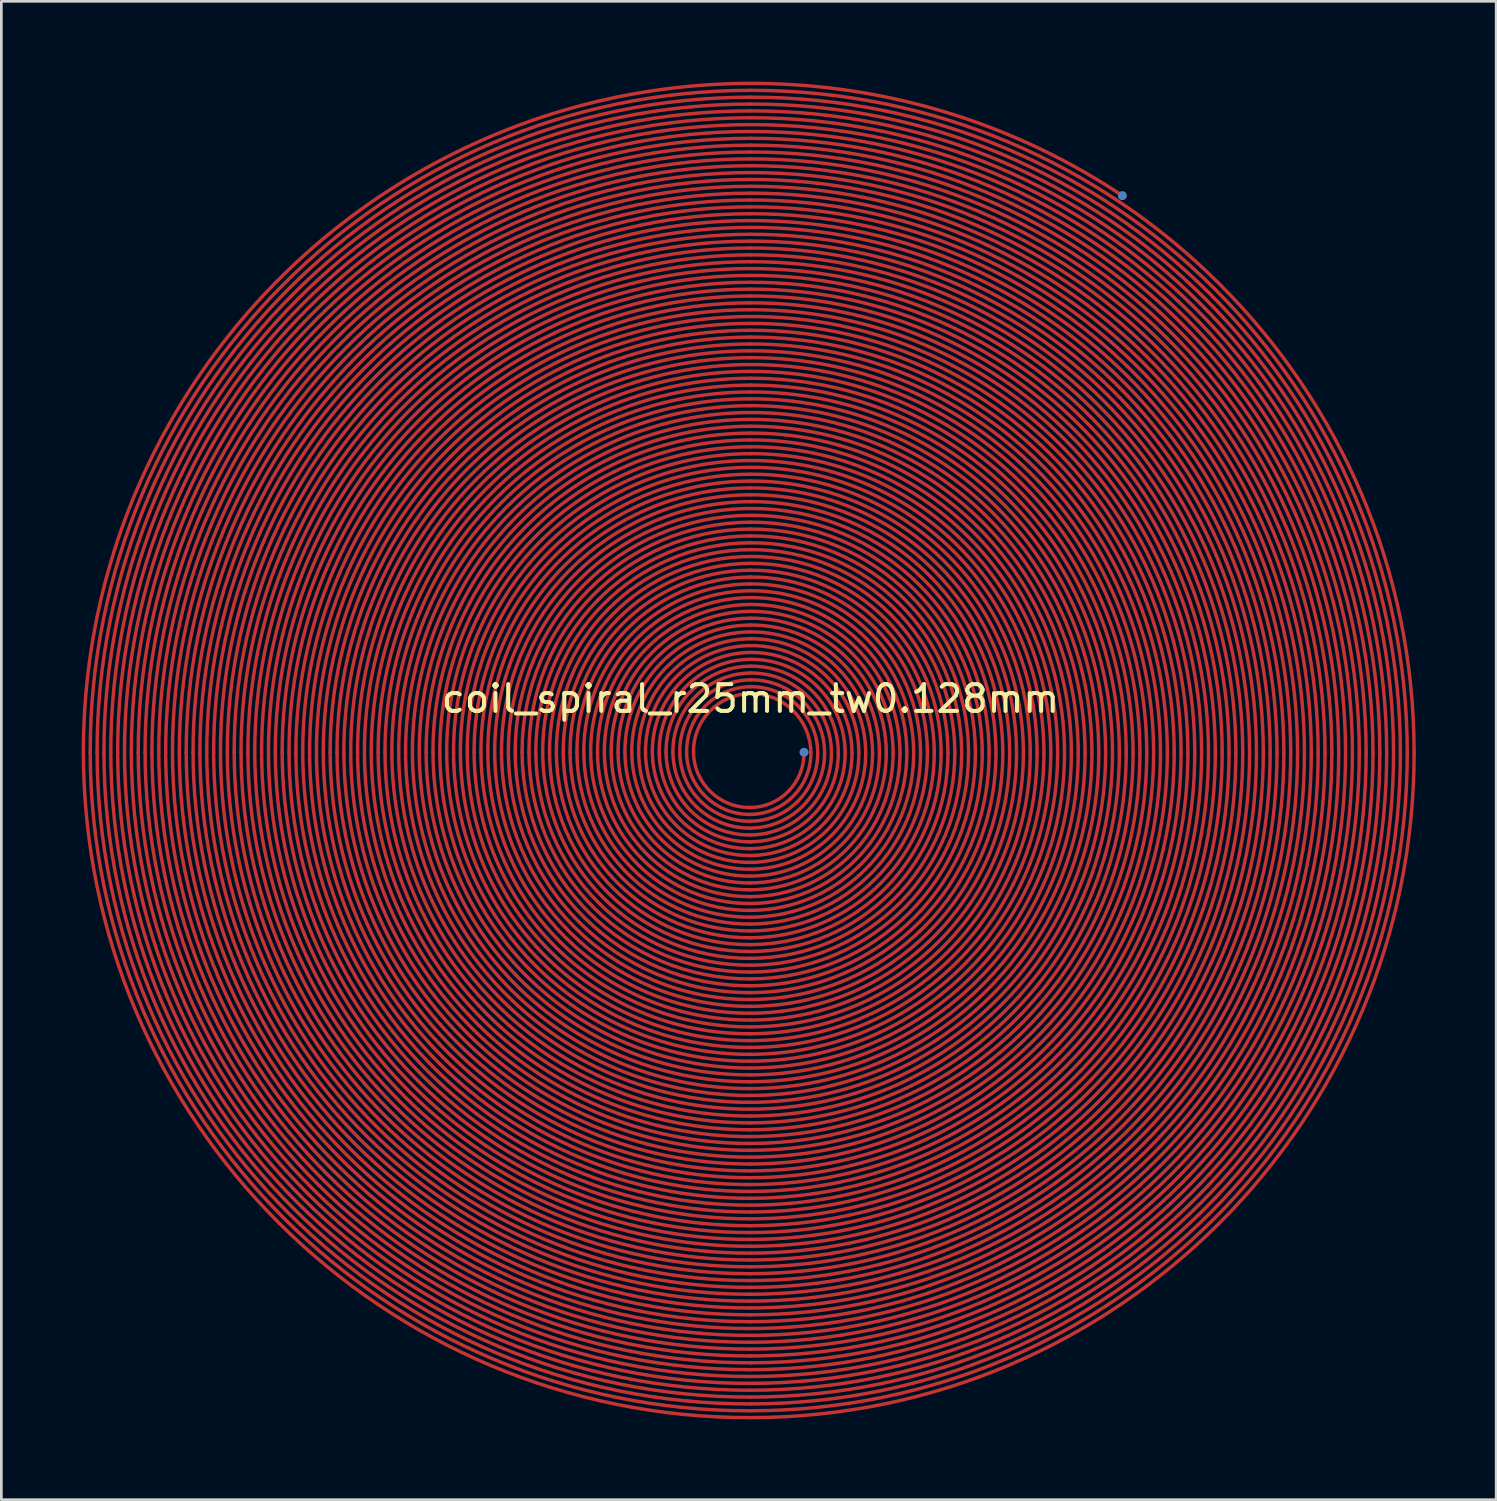
<source format=kicad_pcb>
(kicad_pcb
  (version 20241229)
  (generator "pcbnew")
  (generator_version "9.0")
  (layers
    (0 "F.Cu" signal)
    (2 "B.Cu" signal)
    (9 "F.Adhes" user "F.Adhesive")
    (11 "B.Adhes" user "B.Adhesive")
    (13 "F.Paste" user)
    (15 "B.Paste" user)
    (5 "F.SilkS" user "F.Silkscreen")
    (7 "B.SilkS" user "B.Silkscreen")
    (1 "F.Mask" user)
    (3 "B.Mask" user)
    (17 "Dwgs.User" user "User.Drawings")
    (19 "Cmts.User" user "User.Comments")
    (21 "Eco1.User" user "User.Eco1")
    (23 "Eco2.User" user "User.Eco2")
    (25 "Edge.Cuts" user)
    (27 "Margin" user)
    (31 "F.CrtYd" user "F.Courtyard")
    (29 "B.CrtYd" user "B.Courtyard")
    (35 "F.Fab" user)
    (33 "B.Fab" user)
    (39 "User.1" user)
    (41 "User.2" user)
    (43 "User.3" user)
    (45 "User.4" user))
  (footprint "coil_spiral_r25mm_tw0.128mm"
    (layer "F.Cu")
    (at 24.976 25.044)
    (property "Reference" "coil_spiral_r25mm_tw0.128mm" (at 0 -2 0) (layer "F.SilkS") (effects (font (size 1 1) (thickness 0.15))))
    (attr through_hole)
    (fp_arc (start -24.912 0) (mid -11.740937 -22.021693) (end 13.889255 -20.78674) (stroke (width 0.128) (type solid)) (layer "F.Cu"))
    (fp_arc (start -24.656 0) (mid -17.447694 -17.466439) (end 0 -24.72) (stroke (width 0.128) (type solid)) (layer "F.Cu"))
    (fp_arc (start -24.4 0) (mid -17.266676 -17.28542) (end -0.000001 -24.464) (stroke (width 0.128) (type solid)) (layer "F.Cu"))
    (fp_arc (start -24.144 0) (mid -17.085656 -17.104401) (end 0 -24.208) (stroke (width 0.128) (type solid)) (layer "F.Cu"))
    (fp_arc (start -23.888 0) (mid -16.904637 -16.923382) (end 0 -23.952) (stroke (width 0.128) (type solid)) (layer "F.Cu"))
    (fp_arc (start -23.632 0) (mid -16.723618 -16.742363) (end 0 -23.696) (stroke (width 0.128) (type solid)) (layer "F.Cu"))
    (fp_arc (start -23.376 0) (mid -16.542599 -16.561344) (end 0 -23.44) (stroke (width 0.128) (type solid)) (layer "F.Cu"))
    (fp_arc (start -23.12 0) (mid -16.361579 -16.380325) (end 0.000001 -23.184) (stroke (width 0.128) (type solid)) (layer "F.Cu"))
    (fp_arc (start -22.864 0) (mid -16.18056 -16.199305) (end 0 -22.928) (stroke (width 0.128) (type solid)) (layer "F.Cu"))
    (fp_arc (start -22.608 0) (mid -15.999541 -16.018286) (end -0.000001 -22.672) (stroke (width 0.128) (type solid)) (layer "F.Cu"))
    (fp_arc (start -22.352 0) (mid -15.818521 -15.837267) (end 0.000001 -22.416) (stroke (width 0.128) (type solid)) (layer "F.Cu"))
    (fp_arc (start -22.096 0) (mid -15.637503 -15.656248) (end 0 -22.16) (stroke (width 0.128) (type solid)) (layer "F.Cu"))
    (fp_arc (start -21.84 0) (mid -15.456483 -15.475228) (end 0 -21.903999) (stroke (width 0.128) (type solid)) (layer "F.Cu"))
    (fp_arc (start -21.584 0) (mid -15.275464 -15.29421) (end 0 -21.648) (stroke (width 0.128) (type solid)) (layer "F.Cu"))
    (fp_arc (start -21.328 0) (mid -15.094445 -15.11319) (end 0 -21.392) (stroke (width 0.128) (type solid)) (layer "F.Cu"))
    (fp_arc (start -21.072 0) (mid -14.913426 -14.932171) (end 0 -21.135999) (stroke (width 0.128) (type solid)) (layer "F.Cu"))
    (fp_arc (start -20.816 0) (mid -14.732407 -14.751152) (end 0.000001 -20.88) (stroke (width 0.128) (type solid)) (layer "F.Cu"))
    (fp_arc (start -20.56 0) (mid -14.551388 -14.570133) (end 0 -20.624) (stroke (width 0.128) (type solid)) (layer "F.Cu"))
    (fp_arc (start -20.304 0) (mid -14.370369 -14.389114) (end 0 -20.368) (stroke (width 0.128) (type solid)) (layer "F.Cu"))
    (fp_arc (start -20.048 0) (mid -14.189349 -14.208094) (end 0 -20.111999) (stroke (width 0.128) (type solid)) (layer "F.Cu"))
    (fp_arc (start -19.792 0) (mid -14.00833 -14.027076) (end 0.000001 -19.856) (stroke (width 0.128) (type solid)) (layer "F.Cu"))
    (fp_arc (start -19.536 0) (mid -13.827311 -13.846057) (end 0 -19.6) (stroke (width 0.128) (type solid)) (layer "F.Cu"))
    (fp_arc (start -19.28 0) (mid -13.646292 -13.665038) (end 0 -19.344) (stroke (width 0.128) (type solid)) (layer "F.Cu"))
    (fp_arc (start -19.024 0) (mid -13.465273 -13.484019) (end 0 -19.088) (stroke (width 0.128) (type solid)) (layer "F.Cu"))
    (fp_arc (start -18.768 0) (mid -13.284254 -13.302999) (end 0 -18.832) (stroke (width 0.128) (type solid)) (layer "F.Cu"))
    (fp_arc (start -18.512 0) (mid -13.103236 -13.12198) (end -0.000001 -18.576) (stroke (width 0.128) (type solid)) (layer "F.Cu"))
    (fp_arc (start -18.256 0) (mid -12.922216 -12.940961) (end 0 -18.319999) (stroke (width 0.128) (type solid)) (layer "F.Cu"))
    (fp_arc (start -18 0) (mid -12.741197 -12.759942) (end 0 -18.063999) (stroke (width 0.128) (type solid)) (layer "F.Cu"))
    (fp_arc (start -17.744 0) (mid -12.560178 -12.578923) (end 0 -17.807999) (stroke (width 0.128) (type solid)) (layer "F.Cu"))
    (fp_arc (start -17.488 0) (mid -12.379159 -12.397904) (end 0 -17.551999) (stroke (width 0.128) (type solid)) (layer "F.Cu"))
    (fp_arc (start -17.232 0) (mid -12.19814 -12.216885) (end 0 -17.295999) (stroke (width 0.128) (type solid)) (layer "F.Cu"))
    (fp_arc (start -16.976 0) (mid -12.017121 -12.035866) (end -0.000001 -17.04) (stroke (width 0.128) (type solid)) (layer "F.Cu"))
    (fp_arc (start -16.72 0) (mid -11.836102 -11.854847) (end 0 -16.784) (stroke (width 0.128) (type solid)) (layer "F.Cu"))
    (fp_arc (start -16.464 0) (mid -11.655083 -11.673828) (end 0 -16.528) (stroke (width 0.128) (type solid)) (layer "F.Cu"))
    (fp_arc (start -16.208 0) (mid -11.474064 -11.492809) (end 0 -16.272) (stroke (width 0.128) (type solid)) (layer "F.Cu"))
    (fp_arc (start -15.952 0) (mid -11.293045 -11.31179) (end 0.000001 -16.016) (stroke (width 0.128) (type solid)) (layer "F.Cu"))
    (fp_arc (start -15.696 0) (mid -11.112026 -11.130771) (end 0 -15.759999) (stroke (width 0.128) (type solid)) (layer "F.Cu"))
    (fp_arc (start -15.44 0) (mid -10.931007 -10.949752) (end 0 -15.504) (stroke (width 0.128) (type solid)) (layer "F.Cu"))
    (fp_arc (start -15.184 0) (mid -10.749988 -10.768734) (end 0.000001 -15.248) (stroke (width 0.128) (type solid)) (layer "F.Cu"))
    (fp_arc (start -14.928 0) (mid -10.568969 -10.587714) (end 0 -14.991999) (stroke (width 0.128) (type solid)) (layer "F.Cu"))
    (fp_arc (start -14.672 0) (mid -10.38795 -10.406695) (end 0 -14.736) (stroke (width 0.128) (type solid)) (layer "F.Cu"))
    (fp_arc (start -14.416 0) (mid -10.206931 -10.225676) (end 0 -14.479999) (stroke (width 0.128) (type solid)) (layer "F.Cu"))
    (fp_arc (start -14.16 0) (mid -10.025912 -10.044658) (end 0 -14.224) (stroke (width 0.128) (type solid)) (layer "F.Cu"))
    (fp_arc (start -13.904 0) (mid -9.844893 -9.863638) (end 0 -13.967999) (stroke (width 0.128) (type solid)) (layer "F.Cu"))
    (fp_arc (start -13.648 0) (mid -9.663875 -9.68262) (end 0 -13.711999) (stroke (width 0.128) (type solid)) (layer "F.Cu"))
    (fp_arc (start -13.392 0) (mid -9.482856 -9.501601) (end 0 -13.456) (stroke (width 0.128) (type solid)) (layer "F.Cu"))
    (fp_arc (start -13.136 0) (mid -9.301837 -9.320582) (end 0 -13.2) (stroke (width 0.128) (type solid)) (layer "F.Cu"))
    (fp_arc (start -12.88 0) (mid -9.120818 -9.139563) (end 0.000001 -12.943999) (stroke (width 0.128) (type solid)) (layer "F.Cu"))
    (fp_arc (start -12.624 0) (mid -8.939799 -8.958544) (end 0 -12.687999) (stroke (width 0.128) (type solid)) (layer "F.Cu"))
    (fp_arc (start -12.368 0) (mid -8.758781 -8.777525) (end 0 -12.432) (stroke (width 0.128) (type solid)) (layer "F.Cu"))
    (fp_arc (start -12.112 0) (mid -8.577763 -8.596507) (end -0.000001 -12.176001) (stroke (width 0.128) (type solid)) (layer "F.Cu"))
    (fp_arc (start -11.856 0) (mid -8.396743 -8.415489) (end 0 -11.920001) (stroke (width 0.128) (type solid)) (layer "F.Cu"))
    (fp_arc (start -11.6 0) (mid -8.215725 -8.23447) (end 0 -11.664) (stroke (width 0.128) (type solid)) (layer "F.Cu"))
    (fp_arc (start -11.344 0) (mid -8.034706 -8.053451) (end 0 -11.408) (stroke (width 0.128) (type solid)) (layer "F.Cu"))
    (fp_arc (start -11.088 0) (mid -7.853688 -7.872433) (end 0 -11.152001) (stroke (width 0.128) (type solid)) (layer "F.Cu"))
    (fp_arc (start -10.832 0) (mid -7.672668 -7.691414) (end 0.000001 -10.896) (stroke (width 0.128) (type solid)) (layer "F.Cu"))
    (fp_arc (start -10.576 0) (mid -7.49165 -7.510395) (end 0 -10.64) (stroke (width 0.128) (type solid)) (layer "F.Cu"))
    (fp_arc (start -10.32 0) (mid -7.310632 -7.329377) (end 0 -10.384) (stroke (width 0.128) (type solid)) (layer "F.Cu"))
    (fp_arc (start -10.064 0) (mid -7.129613 -7.148358) (end 0 -10.128) (stroke (width 0.128) (type solid)) (layer "F.Cu"))
    (fp_arc (start -9.808 0) (mid -6.948595 -6.96734) (end 0 -9.872) (stroke (width 0.128) (type solid)) (layer "F.Cu"))
    (fp_arc (start -9.552 0) (mid -6.767577 -6.786322) (end 0 -9.616001) (stroke (width 0.128) (type solid)) (layer "F.Cu"))
    (fp_arc (start -9.296 0) (mid -6.586558 -6.605303) (end 0 -9.36) (stroke (width 0.128) (type solid)) (layer "F.Cu"))
    (fp_arc (start -9.04 0) (mid -6.405541 -6.424285) (end -0.000001 -9.104) (stroke (width 0.128) (type solid)) (layer "F.Cu"))
    (fp_arc (start -8.784 0) (mid -6.224522 -6.243267) (end -0.000001 -8.848) (stroke (width 0.128) (type solid)) (layer "F.Cu"))
    (fp_arc (start -8.528 0) (mid -6.043504 -6.062249) (end 0 -8.592) (stroke (width 0.128) (type solid)) (layer "F.Cu"))
    (fp_arc (start -8.272 0) (mid -5.862485 -5.881231) (end 0.000001 -8.336) (stroke (width 0.128) (type solid)) (layer "F.Cu"))
    (fp_arc (start -8.016 0) (mid -5.681468 -5.700213) (end 0 -8.08) (stroke (width 0.128) (type solid)) (layer "F.Cu"))
    (fp_arc (start -7.76 0) (mid -5.50045 -5.519195) (end 0 -7.824) (stroke (width 0.128) (type solid)) (layer "F.Cu"))
    (fp_arc (start -7.504 0) (mid -5.319432 -5.338177) (end 0 -7.567999) (stroke (width 0.128) (type solid)) (layer "F.Cu"))
    (fp_arc (start -7.248 0) (mid -5.138415 -5.157159) (end 0 -7.311999) (stroke (width 0.128) (type solid)) (layer "F.Cu"))
    (fp_arc (start -6.992 0) (mid -4.957397 -4.976142) (end 0 -7.056) (stroke (width 0.128) (type solid)) (layer "F.Cu"))
    (fp_arc (start -6.736 0) (mid -4.77638 -4.795125) (end 0 -6.800001) (stroke (width 0.128) (type solid)) (layer "F.Cu"))
    (fp_arc (start -6.48 0) (mid -4.595363 -4.614107) (end 0 -6.544) (stroke (width 0.128) (type solid)) (layer "F.Cu"))
    (fp_arc (start -6.224 0) (mid -4.414346 -4.43309) (end -0.000001 -6.288) (stroke (width 0.128) (type solid)) (layer "F.Cu"))
    (fp_arc (start -5.968 0) (mid -4.233329 -4.252073) (end 0 -6.032) (stroke (width 0.128) (type solid)) (layer "F.Cu"))
    (fp_arc (start -5.712 0) (mid -4.052312 -4.071057) (end 0 -5.776) (stroke (width 0.128) (type solid)) (layer "F.Cu"))
    (fp_arc (start -5.456 0) (mid -3.871296 -3.89004) (end -0.000001 -5.52) (stroke (width 0.128) (type solid)) (layer "F.Cu"))
    (fp_arc (start -5.2 0) (mid -3.69028 -3.709024) (end -0.000001 -5.264) (stroke (width 0.128) (type solid)) (layer "F.Cu"))
    (fp_arc (start -4.944 0) (mid -3.509264 -3.528008) (end 0 -5.008) (stroke (width 0.128) (type solid)) (layer "F.Cu"))
    (fp_arc (start -4.688 0) (mid -3.328249 -3.346993) (end 0 -4.752) (stroke (width 0.128) (type solid)) (layer "F.Cu"))
    (fp_arc (start -4.432 0) (mid -3.147234 -3.165978) (end 0 -4.496) (stroke (width 0.128) (type solid)) (layer "F.Cu"))
    (fp_arc (start -4.176 0) (mid -2.966219 -2.984963) (end 0 -4.239999) (stroke (width 0.128) (type solid)) (layer "F.Cu"))
    (fp_arc (start -3.92 0) (mid -2.785206 -2.803949) (end 0 -3.984) (stroke (width 0.128) (type solid)) (layer "F.Cu"))
    (fp_arc (start -3.664 0) (mid -2.604192 -2.622936) (end 0.000001 -3.728) (stroke (width 0.128) (type solid)) (layer "F.Cu"))
    (fp_arc (start -3.408 0) (mid -2.423181 -2.441924) (end -0.000001 -3.472) (stroke (width 0.128) (type solid)) (layer "F.Cu"))
    (fp_arc (start -3.152 0) (mid -2.24217 -2.260913) (end 0 -3.216) (stroke (width 0.128) (type solid)) (layer "F.Cu"))
    (fp_arc (start -2.896 0) (mid -2.061161 -2.079903) (end 0 -2.959999) (stroke (width 0.128) (type solid)) (layer "F.Cu"))
    (fp_arc (start -2.64 0) (mid -1.880154 -1.898896) (end 0 -2.704) (stroke (width 0.128) (type solid)) (layer "F.Cu"))
    (fp_arc (start -2.384 0) (mid -1.699149 -1.717891) (end 0 -2.448001) (stroke (width 0.128) (type solid)) (layer "F.Cu"))
    (fp_arc (start -2.128 0) (mid -1.518148 -1.536889) (end 0.000001 -2.192) (stroke (width 0.128) (type solid)) (layer "F.Cu"))
    (fp_arc (start 0 -24.72) (mid 17.511694 -17.492949) (end 24.784 0) (stroke (width 0.128) (type solid)) (layer "F.Cu"))
    (fp_arc (start 0 -24.464) (mid 17.330675 -17.31193) (end 24.527999 0) (stroke (width 0.128) (type solid)) (layer "F.Cu"))
    (fp_arc (start 0 -24.208) (mid 17.149656 -17.130911) (end 24.272 0) (stroke (width 0.128) (type solid)) (layer "F.Cu"))
    (fp_arc (start 0 -23.952) (mid 16.968636 -16.949891) (end 24.015999 0) (stroke (width 0.128) (type solid)) (layer "F.Cu"))
    (fp_arc (start 0 -23.696) (mid 16.787618 -16.768872) (end 23.76 0) (stroke (width 0.128) (type solid)) (layer "F.Cu"))
    (fp_arc (start 0 -23.44) (mid 16.606598 -16.587854) (end 23.504 -0.000001) (stroke (width 0.128) (type solid)) (layer "F.Cu"))
    (fp_arc (start 0 -23.184) (mid 16.42558 -16.406834) (end 23.248 0.000001) (stroke (width 0.128) (type solid)) (layer "F.Cu"))
    (fp_arc (start 0 -22.928) (mid 16.24456 -16.225815) (end 22.992 0) (stroke (width 0.128) (type solid)) (layer "F.Cu"))
    (fp_arc (start 0 -22.672) (mid 16.06354 -16.044796) (end 22.735999 0) (stroke (width 0.128) (type solid)) (layer "F.Cu"))
    (fp_arc (start 0 -22.416) (mid 15.882522 -15.863777) (end 22.48 0) (stroke (width 0.128) (type solid)) (layer "F.Cu"))
    (fp_arc (start 0 -22.16) (mid 15.701503 -15.682758) (end 22.224 0) (stroke (width 0.128) (type solid)) (layer "F.Cu"))
    (fp_arc (start 0 -21.904) (mid 15.520484 -15.501738) (end 21.968 0.000001) (stroke (width 0.128) (type solid)) (layer "F.Cu"))
    (fp_arc (start 0 -21.648) (mid 15.339464 -15.320719) (end 21.712 0) (stroke (width 0.128) (type solid)) (layer "F.Cu"))
    (fp_arc (start 0 -21.392) (mid 15.158445 -15.1397) (end 21.456 0) (stroke (width 0.128) (type solid)) (layer "F.Cu"))
    (fp_arc (start 0 -21.136) (mid 14.977426 -14.95868) (end 21.2 0.000001) (stroke (width 0.128) (type solid)) (layer "F.Cu"))
    (fp_arc (start 0 -20.88) (mid 14.796407 -14.777662) (end 20.944 0) (stroke (width 0.128) (type solid)) (layer "F.Cu"))
    (fp_arc (start 0 -20.624) (mid 14.615388 -14.596643) (end 20.688 0) (stroke (width 0.128) (type solid)) (layer "F.Cu"))
    (fp_arc (start 0 -20.368) (mid 14.434368 -14.415623) (end 20.431999 0) (stroke (width 0.128) (type solid)) (layer "F.Cu"))
    (fp_arc (start 0 -20.112) (mid 14.25335 -14.234604) (end 20.176 0.000001) (stroke (width 0.128) (type solid)) (layer "F.Cu"))
    (fp_arc (start 0 -19.856) (mid 14.07233 -14.053585) (end 19.92 0) (stroke (width 0.128) (type solid)) (layer "F.Cu"))
    (fp_arc (start 0 -19.6) (mid 13.891311 -13.872566) (end 19.664 0) (stroke (width 0.128) (type solid)) (layer "F.Cu"))
    (fp_arc (start 0 -19.344) (mid 13.710292 -13.691548) (end 19.408 -0.000001) (stroke (width 0.128) (type solid)) (layer "F.Cu"))
    (fp_arc (start 0 -19.088) (mid 13.529273 -13.510529) (end 19.152 -0.000001) (stroke (width 0.128) (type solid)) (layer "F.Cu"))
    (fp_arc (start 0 -18.832) (mid 13.348254 -13.329509) (end 18.895999 0) (stroke (width 0.128) (type solid)) (layer "F.Cu"))
    (fp_arc (start 0 -18.576) (mid 13.167235 -13.14849) (end 18.639999 0) (stroke (width 0.128) (type solid)) (layer "F.Cu"))
    (fp_arc (start 0 -18.32) (mid 12.986216 -12.96747) (end 18.384 0.000001) (stroke (width 0.128) (type solid)) (layer "F.Cu"))
    (fp_arc (start 0 -18.064) (mid 12.805197 -12.786451) (end 18.128 0.000001) (stroke (width 0.128) (type solid)) (layer "F.Cu"))
    (fp_arc (start 0 -17.808) (mid 12.624178 -12.605432) (end 17.872 0.000001) (stroke (width 0.128) (type solid)) (layer "F.Cu"))
    (fp_arc (start 0 -17.552) (mid 12.443159 -12.424413) (end 17.616 0.000001) (stroke (width 0.128) (type solid)) (layer "F.Cu"))
    (fp_arc (start 0 -17.296) (mid 12.26214 -12.243394) (end 17.36 0.000001) (stroke (width 0.128) (type solid)) (layer "F.Cu"))
    (fp_arc (start 0 -17.04) (mid 12.08112 -12.062376) (end 17.103999 0) (stroke (width 0.128) (type solid)) (layer "F.Cu"))
    (fp_arc (start 0 -16.784) (mid 11.900101 -11.881356) (end 16.847999 0) (stroke (width 0.128) (type solid)) (layer "F.Cu"))
    (fp_arc (start 0 -16.528) (mid 11.719082 -11.700337) (end 16.591999 0) (stroke (width 0.128) (type solid)) (layer "F.Cu"))
    (fp_arc (start 0 -16.272) (mid 11.538064 -11.519319) (end 16.336 0) (stroke (width 0.128) (type solid)) (layer "F.Cu"))
    (fp_arc (start 0 -16.016) (mid 11.357045 -11.3383) (end 16.08 0) (stroke (width 0.128) (type solid)) (layer "F.Cu"))
    (fp_arc (start 0 -15.76) (mid 11.176026 -11.15728) (end 15.824 0.000001) (stroke (width 0.128) (type solid)) (layer "F.Cu"))
    (fp_arc (start 0 -15.504) (mid 10.995006 -10.976262) (end 15.567999 0) (stroke (width 0.128) (type solid)) (layer "F.Cu"))
    (fp_arc (start 0 -15.248) (mid 10.813988 -10.795243) (end 15.312 0) (stroke (width 0.128) (type solid)) (layer "F.Cu"))
    (fp_arc (start 0 -14.992) (mid 10.632969 -10.614223) (end 15.056 0.000001) (stroke (width 0.128) (type solid)) (layer "F.Cu"))
    (fp_arc (start 0 -14.736) (mid 10.45195 -10.433205) (end 14.8 -0.000001) (stroke (width 0.128) (type solid)) (layer "F.Cu"))
    (fp_arc (start 0 -14.48) (mid 10.270931 -10.252186) (end 14.544 0) (stroke (width 0.128) (type solid)) (layer "F.Cu"))
    (fp_arc (start 0 -14.224) (mid 10.089912 -10.071168) (end 14.288 -0.000001) (stroke (width 0.128) (type solid)) (layer "F.Cu"))
    (fp_arc (start 0 -13.968) (mid 9.908894 -9.890148) (end 14.032 0.000001) (stroke (width 0.128) (type solid)) (layer "F.Cu"))
    (fp_arc (start 0 -13.712) (mid 9.727875 -9.70913) (end 13.776 0) (stroke (width 0.128) (type solid)) (layer "F.Cu"))
    (fp_arc (start 0 -13.456) (mid 9.546855 -9.52811) (end 13.519999 0) (stroke (width 0.128) (type solid)) (layer "F.Cu"))
    (fp_arc (start 0 -13.2) (mid 9.365837 -9.347092) (end 13.263999 0) (stroke (width 0.128) (type solid)) (layer "F.Cu"))
    (fp_arc (start 0 -12.944) (mid 9.184818 -9.166073) (end 13.008 0) (stroke (width 0.128) (type solid)) (layer "F.Cu"))
    (fp_arc (start 0 -12.688) (mid 9.003799 -8.985054) (end 12.752 0) (stroke (width 0.128) (type solid)) (layer "F.Cu"))
    (fp_arc (start 0 -12.432) (mid 8.822781 -8.804036) (end 12.496001 0) (stroke (width 0.128) (type solid)) (layer "F.Cu"))
    (fp_arc (start 0 -12.176) (mid 8.641761 -8.623017) (end 12.24 -0.000001) (stroke (width 0.128) (type solid)) (layer "F.Cu"))
    (fp_arc (start 0 -11.92) (mid 8.460743 -8.441998) (end 11.984 0) (stroke (width 0.128) (type solid)) (layer "F.Cu"))
    (fp_arc (start 0 -11.664) (mid 8.279724 -8.260979) (end 11.728 0) (stroke (width 0.128) (type solid)) (layer "F.Cu"))
    (fp_arc (start 0 -11.408) (mid 8.098706 -8.079961) (end 11.472001 0) (stroke (width 0.128) (type solid)) (layer "F.Cu"))
    (fp_arc (start 0 -11.152) (mid 7.917687 -7.898942) (end 11.216 0) (stroke (width 0.128) (type solid)) (layer "F.Cu"))
    (fp_arc (start 0 -10.896) (mid 7.736669 -7.717924) (end 10.960001 0) (stroke (width 0.128) (type solid)) (layer "F.Cu"))
    (fp_arc (start 0 -10.64) (mid 7.55565 -7.536905) (end 10.704 0.000001) (stroke (width 0.128) (type solid)) (layer "F.Cu"))
    (fp_arc (start 0 -10.384) (mid 7.374631 -7.355886) (end 10.448 0) (stroke (width 0.128) (type solid)) (layer "F.Cu"))
    (fp_arc (start 0 -10.128) (mid 7.193613 -7.174868) (end 10.192 0) (stroke (width 0.128) (type solid)) (layer "F.Cu"))
    (fp_arc (start 0 -9.872) (mid 7.012595 -6.993849) (end 9.936 0.000001) (stroke (width 0.128) (type solid)) (layer "F.Cu"))
    (fp_arc (start 0 -9.616) (mid 6.831576 -6.812832) (end 9.68 -0.000001) (stroke (width 0.128) (type solid)) (layer "F.Cu"))
    (fp_arc (start 0 -9.36) (mid 6.650558 -6.631813) (end 9.424 0) (stroke (width 0.128) (type solid)) (layer "F.Cu"))
    (fp_arc (start 0 -9.104) (mid 6.46954 -6.450795) (end 9.168 0) (stroke (width 0.128) (type solid)) (layer "F.Cu"))
    (fp_arc (start 0 -8.848) (mid 6.288521 -6.269777) (end 8.912 -0.000001) (stroke (width 0.128) (type solid)) (layer "F.Cu"))
    (fp_arc (start 0 -8.592) (mid 6.107503 -6.088758) (end 8.656 0) (stroke (width 0.128) (type solid)) (layer "F.Cu"))
    (fp_arc (start 0 -8.336) (mid 5.926485 -5.90774) (end 8.4 0) (stroke (width 0.128) (type solid)) (layer "F.Cu"))
    (fp_arc (start 0 -8.08) (mid 5.745467 -5.726723) (end 8.144 0) (stroke (width 0.128) (type solid)) (layer "F.Cu"))
    (fp_arc (start 0 -7.824) (mid 5.56445 -5.545705) (end 7.888 0) (stroke (width 0.128) (type solid)) (layer "F.Cu"))
    (fp_arc (start 0 -7.568) (mid 5.383432 -5.364687) (end 7.632 0) (stroke (width 0.128) (type solid)) (layer "F.Cu"))
    (fp_arc (start 0 -7.312) (mid 5.202414 -5.183669) (end 7.376 0) (stroke (width 0.128) (type solid)) (layer "F.Cu"))
    (fp_arc (start 0 -7.056) (mid 5.021397 -5.002652) (end 7.120001 0) (stroke (width 0.128) (type solid)) (layer "F.Cu"))
    (fp_arc (start 0 -6.8) (mid 4.840379 -4.821634) (end 6.864 0) (stroke (width 0.128) (type solid)) (layer "F.Cu"))
    (fp_arc (start 0 -6.544) (mid 4.659361 -4.640617) (end 6.608 0) (stroke (width 0.128) (type solid)) (layer "F.Cu"))
    (fp_arc (start 0 -6.288) (mid 4.478344 -4.4596) (end 6.352 -0.000001) (stroke (width 0.128) (type solid)) (layer "F.Cu"))
    (fp_arc (start 0 -6.032) (mid 4.297328 -4.278583) (end 6.096 0) (stroke (width 0.128) (type solid)) (layer "F.Cu"))
    (fp_arc (start 0 -5.776) (mid 4.116311 -4.097566) (end 5.84 0) (stroke (width 0.128) (type solid)) (layer "F.Cu"))
    (fp_arc (start 0 -5.52) (mid 3.935294 -3.91655) (end 5.584 0) (stroke (width 0.128) (type solid)) (layer "F.Cu"))
    (fp_arc (start 0 -5.264) (mid 3.754278 -3.735534) (end 5.328 0) (stroke (width 0.128) (type solid)) (layer "F.Cu"))
    (fp_arc (start 0 -5.008) (mid 3.573262 -3.554518) (end 5.072 -0.000001) (stroke (width 0.128) (type solid)) (layer "F.Cu"))
    (fp_arc (start 0 -4.752) (mid 3.392247 -3.373503) (end 4.816 0) (stroke (width 0.128) (type solid)) (layer "F.Cu"))
    (fp_arc (start 0 -4.496) (mid 3.211231 -3.192487) (end 4.56 0) (stroke (width 0.128) (type solid)) (layer "F.Cu"))
    (fp_arc (start 0 -4.24) (mid 3.030217 -3.011473) (end 4.304 0.000001) (stroke (width 0.128) (type solid)) (layer "F.Cu"))
    (fp_arc (start 0 -3.984) (mid 2.849203 -2.830459) (end 4.048 0.000001) (stroke (width 0.128) (type solid)) (layer "F.Cu"))
    (fp_arc (start 0 -3.728) (mid 2.66819 -2.649446) (end 3.792001 0) (stroke (width 0.128) (type solid)) (layer "F.Cu"))
    (fp_arc (start 0 -3.472) (mid 2.487177 -2.468434) (end 3.535999 0) (stroke (width 0.128) (type solid)) (layer "F.Cu"))
    (fp_arc (start 0 -3.216) (mid 2.306166 -2.287423) (end 3.28 0) (stroke (width 0.128) (type solid)) (layer "F.Cu"))
    (fp_arc (start 0 -2.96) (mid 2.125156 -2.106413) (end 3.024001 0) (stroke (width 0.128) (type solid)) (layer "F.Cu"))
    (fp_arc (start 0 -2.704) (mid 1.944147 -1.925405) (end 2.768 0) (stroke (width 0.128) (type solid)) (layer "F.Cu"))
    (fp_arc (start 0 -2.448) (mid 1.763141 -1.7444) (end 2.512 -0.000001) (stroke (width 0.128) (type solid)) (layer "F.Cu"))
    (fp_arc (start 0 -2.192) (mid 1.582138 -1.563398) (end 2.256 -0.000001) (stroke (width 0.128) (type solid)) (layer "F.Cu"))
    (fp_arc (start 0 2.064) (mid -1.491639 1.472898) (end -2.128 -0.000001) (stroke (width 0.128) (type solid)) (layer "F.Cu"))
    (fp_arc (start 0 2.32) (mid -1.67264 1.653898) (end -2.384 -0.000001) (stroke (width 0.128) (type solid)) (layer "F.Cu"))
    (fp_arc (start 0 2.576) (mid -1.853644 1.834902) (end -2.64 0) (stroke (width 0.128) (type solid)) (layer "F.Cu"))
    (fp_arc (start 0 2.832) (mid -2.034652 2.015909) (end -2.896001 0) (stroke (width 0.128) (type solid)) (layer "F.Cu"))
    (fp_arc (start 0 3.088) (mid -2.215661 2.196918) (end -3.152 0) (stroke (width 0.128) (type solid)) (layer "F.Cu"))
    (fp_arc (start 0 3.344) (mid -2.396671 2.377929) (end -3.408 0.000001) (stroke (width 0.128) (type solid)) (layer "F.Cu"))
    (fp_arc (start 0 3.6) (mid -2.577683 2.558939) (end -3.664 -0.000001) (stroke (width 0.128) (type solid)) (layer "F.Cu"))
    (fp_arc (start 0 3.856) (mid -2.758696 2.739952) (end -3.92 -0.000001) (stroke (width 0.128) (type solid)) (layer "F.Cu"))
    (fp_arc (start 0 4.112) (mid -2.93971 2.920966) (end -4.176 0) (stroke (width 0.128) (type solid)) (layer "F.Cu"))
    (fp_arc (start 0 4.368) (mid -3.120724 3.10198) (end -4.432 0) (stroke (width 0.128) (type solid)) (layer "F.Cu"))
    (fp_arc (start 0 4.624) (mid -3.301739 3.282995) (end -4.688001 0) (stroke (width 0.128) (type solid)) (layer "F.Cu"))
    (fp_arc (start 0 4.88) (mid -3.482754 3.46401) (end -4.944 0) (stroke (width 0.128) (type solid)) (layer "F.Cu"))
    (fp_arc (start 0 5.136) (mid -3.66377 3.645026) (end -5.2 0.000001) (stroke (width 0.128) (type solid)) (layer "F.Cu"))
    (fp_arc (start 0 5.392) (mid -3.844786 3.826042) (end -5.456001 0) (stroke (width 0.128) (type solid)) (layer "F.Cu"))
    (fp_arc (start 0 5.648) (mid -4.025802 4.007058) (end -5.711999 0) (stroke (width 0.128) (type solid)) (layer "F.Cu"))
    (fp_arc (start 0 5.904) (mid -4.206819 4.188075) (end -5.968 0) (stroke (width 0.128) (type solid)) (layer "F.Cu"))
    (fp_arc (start 0 6.16) (mid -4.387836 4.369092) (end -6.224 0.000001) (stroke (width 0.128) (type solid)) (layer "F.Cu"))
    (fp_arc (start 0 6.416) (mid -4.568853 4.550109) (end -6.48 0.000001) (stroke (width 0.128) (type solid)) (layer "F.Cu"))
    (fp_arc (start 0 6.672) (mid -4.74987 4.731125) (end -6.736 -0.000001) (stroke (width 0.128) (type solid)) (layer "F.Cu"))
    (fp_arc (start 0 6.928) (mid -4.930888 4.912143) (end -6.992001 0) (stroke (width 0.128) (type solid)) (layer "F.Cu"))
    (fp_arc (start 0 7.184) (mid -5.111905 5.093161) (end -7.248001 0) (stroke (width 0.128) (type solid)) (layer "F.Cu"))
    (fp_arc (start 0 7.44) (mid -5.292923 5.274178) (end -7.504 0) (stroke (width 0.128) (type solid)) (layer "F.Cu"))
    (fp_arc (start 0 7.696) (mid -5.47394 5.455196) (end -7.759999 0) (stroke (width 0.128) (type solid)) (layer "F.Cu"))
    (fp_arc (start 0 7.952) (mid -5.654959 5.636213) (end -8.016 -0.000001) (stroke (width 0.128) (type solid)) (layer "F.Cu"))
    (fp_arc (start 0 8.208) (mid -5.835976 5.817231) (end -8.271999 0) (stroke (width 0.128) (type solid)) (layer "F.Cu"))
    (fp_arc (start 0 8.464) (mid -6.016994 5.998249) (end -8.528 0) (stroke (width 0.128) (type solid)) (layer "F.Cu"))
    (fp_arc (start 0 8.72) (mid -6.198012 6.179268) (end -8.784 0.000001) (stroke (width 0.128) (type solid)) (layer "F.Cu"))
    (fp_arc (start 0 8.976) (mid -6.379031 6.360286) (end -9.04 0) (stroke (width 0.128) (type solid)) (layer "F.Cu"))
    (fp_arc (start 0 9.232) (mid -6.560049 6.541304) (end -9.296 0) (stroke (width 0.128) (type solid)) (layer "F.Cu"))
    (fp_arc (start 0 9.488) (mid -6.741067 6.722322) (end -9.552 -0.000001) (stroke (width 0.128) (type solid)) (layer "F.Cu"))
    (fp_arc (start 0 9.744) (mid -6.922085 6.90334) (end -9.808 0) (stroke (width 0.128) (type solid)) (layer "F.Cu"))
    (fp_arc (start 0 10) (mid -7.103103 7.084359) (end -10.064 0.000001) (stroke (width 0.128) (type solid)) (layer "F.Cu"))
    (fp_arc (start 0 10.256) (mid -7.284122 7.265378) (end -10.32 0.000001) (stroke (width 0.128) (type solid)) (layer "F.Cu"))
    (fp_arc (start 0 10.512) (mid -7.46514 7.446396) (end -10.576 0.000001) (stroke (width 0.128) (type solid)) (layer "F.Cu"))
    (fp_arc (start 0 10.768) (mid -7.646159 7.627414) (end -10.832 0) (stroke (width 0.128) (type solid)) (layer "F.Cu"))
    (fp_arc (start 0 11.024) (mid -7.827178 7.808432) (end -11.088 -0.000001) (stroke (width 0.128) (type solid)) (layer "F.Cu"))
    (fp_arc (start 0 11.28) (mid -8.008196 7.989451) (end -11.344 0) (stroke (width 0.128) (type solid)) (layer "F.Cu"))
    (fp_arc (start 0 11.536) (mid -8.189215 8.17047) (end -11.600001 0) (stroke (width 0.128) (type solid)) (layer "F.Cu"))
    (fp_arc (start 0 11.792) (mid -8.370233 8.351489) (end -11.856 0) (stroke (width 0.128) (type solid)) (layer "F.Cu"))
    (fp_arc (start 0 12.048) (mid -8.551252 8.532507) (end -12.112 0) (stroke (width 0.128) (type solid)) (layer "F.Cu"))
    (fp_arc (start 0 12.304) (mid -8.732271 8.713526) (end -12.368001 0) (stroke (width 0.128) (type solid)) (layer "F.Cu"))
    (fp_arc (start 0 12.56) (mid -8.91329 8.894545) (end -12.624 0) (stroke (width 0.128) (type solid)) (layer "F.Cu"))
    (fp_arc (start 0 12.816) (mid -9.094309 9.075564) (end -12.88 0) (stroke (width 0.128) (type solid)) (layer "F.Cu"))
    (fp_arc (start 0 13.072) (mid -9.275327 9.256582) (end -13.135999 0) (stroke (width 0.128) (type solid)) (layer "F.Cu"))
    (fp_arc (start 0 13.328) (mid -9.456346 9.437601) (end -13.391999 0) (stroke (width 0.128) (type solid)) (layer "F.Cu"))
    (fp_arc (start 0 13.584) (mid -9.637365 9.61862) (end -13.648 0) (stroke (width 0.128) (type solid)) (layer "F.Cu"))
    (fp_arc (start 0 13.84) (mid -9.818384 9.799639) (end -13.904 0) (stroke (width 0.128) (type solid)) (layer "F.Cu"))
    (fp_arc (start 0 14.096) (mid -9.999402 9.980658) (end -14.159999 0) (stroke (width 0.128) (type solid)) (layer "F.Cu"))
    (fp_arc (start 0 14.352) (mid -10.180422 10.161677) (end -14.416 0) (stroke (width 0.128) (type solid)) (layer "F.Cu"))
    (fp_arc (start 0 14.608) (mid -10.36144 10.342695) (end -14.671999 0) (stroke (width 0.128) (type solid)) (layer "F.Cu"))
    (fp_arc (start 0 14.864) (mid -10.54246 10.523714) (end -14.928 0) (stroke (width 0.128) (type solid)) (layer "F.Cu"))
    (fp_arc (start 0 15.12) (mid -10.723478 10.704733) (end -15.183999 0) (stroke (width 0.128) (type solid)) (layer "F.Cu"))
    (fp_arc (start 0 15.376) (mid -10.904498 10.885752) (end -15.44 -0.000001) (stroke (width 0.128) (type solid)) (layer "F.Cu"))
    (fp_arc (start 0 15.632) (mid -11.085516 11.066771) (end -15.696 0) (stroke (width 0.128) (type solid)) (layer "F.Cu"))
    (fp_arc (start 0 15.888) (mid -11.266535 11.24779) (end -15.951999 0) (stroke (width 0.128) (type solid)) (layer "F.Cu"))
    (fp_arc (start 0 16.144) (mid -11.447554 11.428809) (end -16.207999 0) (stroke (width 0.128) (type solid)) (layer "F.Cu"))
    (fp_arc (start 0 16.4) (mid -11.628574 11.609828) (end -16.464 -0.000001) (stroke (width 0.128) (type solid)) (layer "F.Cu"))
    (fp_arc (start 0 16.656) (mid -11.809592 11.790847) (end -16.72 0) (stroke (width 0.128) (type solid)) (layer "F.Cu"))
    (fp_arc (start 0 16.912) (mid -11.990611 11.971866) (end -16.976 0) (stroke (width 0.128) (type solid)) (layer "F.Cu"))
    (fp_arc (start 0 17.168) (mid -12.17163 12.152885) (end -17.232 0) (stroke (width 0.128) (type solid)) (layer "F.Cu"))
    (fp_arc (start 0 17.424) (mid -12.352649 12.333904) (end -17.488 0) (stroke (width 0.128) (type solid)) (layer "F.Cu"))
    (fp_arc (start 0 17.68) (mid -12.533668 12.514923) (end -17.744 0) (stroke (width 0.128) (type solid)) (layer "F.Cu"))
    (fp_arc (start 0 17.936) (mid -12.714688 12.695942) (end -18 0) (stroke (width 0.128) (type solid)) (layer "F.Cu"))
    (fp_arc (start 0 18.192) (mid -12.895706 12.876962) (end -18.256 0.000001) (stroke (width 0.128) (type solid)) (layer "F.Cu"))
    (fp_arc (start 0 18.448) (mid -13.076726 13.05798) (end -18.512 0) (stroke (width 0.128) (type solid)) (layer "F.Cu"))
    (fp_arc (start 0 18.704) (mid -13.257745 13.238999) (end -18.768 0) (stroke (width 0.128) (type solid)) (layer "F.Cu"))
    (fp_arc (start 0 18.96) (mid -13.438764 13.420019) (end -19.024 0) (stroke (width 0.128) (type solid)) (layer "F.Cu"))
    (fp_arc (start 0 19.216) (mid -13.619783 13.601038) (end -19.28 0) (stroke (width 0.128) (type solid)) (layer "F.Cu"))
    (fp_arc (start 0 19.472) (mid -13.800802 13.782056) (end -19.536 -0.000001) (stroke (width 0.128) (type solid)) (layer "F.Cu"))
    (fp_arc (start 0 19.728) (mid -13.98182 13.963076) (end -19.791999 0) (stroke (width 0.128) (type solid)) (layer "F.Cu"))
    (fp_arc (start 0 19.984) (mid -14.16284 14.144095) (end -20.048 0) (stroke (width 0.128) (type solid)) (layer "F.Cu"))
    (fp_arc (start 0 20.24) (mid -14.343859 14.325114) (end -20.304 0) (stroke (width 0.128) (type solid)) (layer "F.Cu"))
    (fp_arc (start 0 20.496) (mid -14.524878 14.506133) (end -20.56 0) (stroke (width 0.128) (type solid)) (layer "F.Cu"))
    (fp_arc (start 0 20.752) (mid -14.705897 14.687152) (end -20.815999 0) (stroke (width 0.128) (type solid)) (layer "F.Cu"))
    (fp_arc (start 0 21.008) (mid -14.886917 14.868171) (end -21.072 0) (stroke (width 0.128) (type solid)) (layer "F.Cu"))
    (fp_arc (start 0 21.264) (mid -15.067936 15.04919) (end -21.328 0) (stroke (width 0.128) (type solid)) (layer "F.Cu"))
    (fp_arc (start 0 21.52) (mid -15.248955 15.230209) (end -21.584 -0.000001) (stroke (width 0.128) (type solid)) (layer "F.Cu"))
    (fp_arc (start 0 21.776) (mid -15.429974 15.411229) (end -21.84 0.000001) (stroke (width 0.128) (type solid)) (layer "F.Cu"))
    (fp_arc (start 0 22.032) (mid -15.610993 15.592248) (end -22.096 0) (stroke (width 0.128) (type solid)) (layer "F.Cu"))
    (fp_arc (start 0 22.288) (mid -15.792012 15.773267) (end -22.352 -0.000001) (stroke (width 0.128) (type solid)) (layer "F.Cu"))
    (fp_arc (start 0 22.544) (mid -15.973031 15.954286) (end -22.608 0) (stroke (width 0.128) (type solid)) (layer "F.Cu"))
    (fp_arc (start 0 22.8) (mid -16.15405 16.135305) (end -22.864 0) (stroke (width 0.128) (type solid)) (layer "F.Cu"))
    (fp_arc (start 0 23.056) (mid -16.335069 16.316324) (end -23.119999 0) (stroke (width 0.128) (type solid)) (layer "F.Cu"))
    (fp_arc (start 0 23.312) (mid -16.516089 16.497344) (end -23.376 0) (stroke (width 0.128) (type solid)) (layer "F.Cu"))
    (fp_arc (start 0 23.568) (mid -16.697108 16.678362) (end -23.632 -0.000001) (stroke (width 0.128) (type solid)) (layer "F.Cu"))
    (fp_arc (start 0 23.824) (mid -16.878127 16.859382) (end -23.888 0) (stroke (width 0.128) (type solid)) (layer "F.Cu"))
    (fp_arc (start 0 24.08) (mid -17.059147 17.040401) (end -24.144 -0.000001) (stroke (width 0.128) (type solid)) (layer "F.Cu"))
    (fp_arc (start 0 24.336) (mid -17.240166 17.22142) (end -24.4 0) (stroke (width 0.128) (type solid)) (layer "F.Cu"))
    (fp_arc (start 0 24.592) (mid -17.421185 17.402439) (end -24.656 -0.000001) (stroke (width 0.128) (type solid)) (layer "F.Cu"))
    (fp_arc (start 0 24.848) (mid -17.602204 17.583459) (end -24.912 0.000001) (stroke (width 0.128) (type solid)) (layer "F.Cu"))
    (fp_arc (start 2 0) (mid 1.427649 1.446388) (end 0 2.063999) (stroke (width 0.128) (type solid)) (layer "F.Cu"))
    (fp_arc (start 2.256 0) (mid 1.608648 1.627388) (end 0 2.319999) (stroke (width 0.128) (type solid)) (layer "F.Cu"))
    (fp_arc (start 2.512 0) (mid 1.789652 1.808393) (end 0.000001 2.576) (stroke (width 0.128) (type solid)) (layer "F.Cu"))
    (fp_arc (start 2.768 0) (mid 1.970657 1.9894) (end -0.000001 2.832) (stroke (width 0.128) (type solid)) (layer "F.Cu"))
    (fp_arc (start 3.024 0) (mid 2.151665 2.170408) (end 0 3.087999) (stroke (width 0.128) (type solid)) (layer "F.Cu"))
    (fp_arc (start 3.28 0) (mid 2.332676 2.351418) (end 0.000001 3.344) (stroke (width 0.128) (type solid)) (layer "F.Cu"))
    (fp_arc (start 3.536 0) (mid 2.513686 2.53243) (end -0.000001 3.6) (stroke (width 0.128) (type solid)) (layer "F.Cu"))
    (fp_arc (start 3.792 0) (mid 2.694699 2.713442) (end 0 3.855999) (stroke (width 0.128) (type solid)) (layer "F.Cu"))
    (fp_arc (start 4.048 0) (mid 2.875713 2.894457) (end 0 4.112001) (stroke (width 0.128) (type solid)) (layer "F.Cu"))
    (fp_arc (start 4.304 0) (mid 3.056727 3.075471) (end 0 4.368) (stroke (width 0.128) (type solid)) (layer "F.Cu"))
    (fp_arc (start 4.56 0) (mid 3.237741 3.256485) (end 0 4.624) (stroke (width 0.128) (type solid)) (layer "F.Cu"))
    (fp_arc (start 4.816 0) (mid 3.418756 3.4375) (end 0 4.879999) (stroke (width 0.128) (type solid)) (layer "F.Cu"))
    (fp_arc (start 5.072 0) (mid 3.599772 3.618516) (end 0.000001 5.136) (stroke (width 0.128) (type solid)) (layer "F.Cu"))
    (fp_arc (start 5.328 0) (mid 3.780788 3.799532) (end 0 5.392) (stroke (width 0.128) (type solid)) (layer "F.Cu"))
    (fp_arc (start 5.584 0) (mid 3.961804 3.980549) (end 0 5.648001) (stroke (width 0.128) (type solid)) (layer "F.Cu"))
    (fp_arc (start 5.84 0) (mid 4.14282 4.161565) (end 0 5.903999) (stroke (width 0.128) (type solid)) (layer "F.Cu"))
    (fp_arc (start 6.096 0) (mid 4.323838 4.342581) (end 0.000001 6.16) (stroke (width 0.128) (type solid)) (layer "F.Cu"))
    (fp_arc (start 6.352 0) (mid 4.504855 4.523598) (end 0.000001 6.416) (stroke (width 0.128) (type solid)) (layer "F.Cu"))
    (fp_arc (start 6.608 0) (mid 4.685871 4.704616) (end 0 6.672) (stroke (width 0.128) (type solid)) (layer "F.Cu"))
    (fp_arc (start 6.864 0) (mid 4.866888 4.885633) (end 0 6.928) (stroke (width 0.128) (type solid)) (layer "F.Cu"))
    (fp_arc (start 7.12 0) (mid 5.047906 5.066651) (end 0 7.184) (stroke (width 0.128) (type solid)) (layer "F.Cu"))
    (fp_arc (start 7.376 0) (mid 5.228923 5.247668) (end 0 7.439999) (stroke (width 0.128) (type solid)) (layer "F.Cu"))
    (fp_arc (start 7.632 0) (mid 5.409942 5.428686) (end 0.000001 7.696) (stroke (width 0.128) (type solid)) (layer "F.Cu"))
    (fp_arc (start 7.888 0) (mid 5.590959 5.609703) (end 0 7.951999) (stroke (width 0.128) (type solid)) (layer "F.Cu"))
    (fp_arc (start 8.144 0) (mid 5.771977 5.790722) (end 0.000001 8.208) (stroke (width 0.128) (type solid)) (layer "F.Cu"))
    (fp_arc (start 8.4 0) (mid 5.952995 5.97174) (end 0 8.464) (stroke (width 0.128) (type solid)) (layer "F.Cu"))
    (fp_arc (start 8.656 0) (mid 6.134013 6.152758) (end 0 8.72) (stroke (width 0.128) (type solid)) (layer "F.Cu"))
    (fp_arc (start 8.912 0) (mid 6.315032 6.333776) (end 0.000001 8.976) (stroke (width 0.128) (type solid)) (layer "F.Cu"))
    (fp_arc (start 9.168 0) (mid 6.496049 6.514794) (end 0 9.232) (stroke (width 0.128) (type solid)) (layer "F.Cu"))
    (fp_arc (start 9.424 0) (mid 6.677067 6.695812) (end 0 9.488) (stroke (width 0.128) (type solid)) (layer "F.Cu"))
    (fp_arc (start 9.68 0) (mid 6.858086 6.876831) (end 0 9.744) (stroke (width 0.128) (type solid)) (layer "F.Cu"))
    (fp_arc (start 9.936 0) (mid 7.039104 7.05785) (end 0 10.000001) (stroke (width 0.128) (type solid)) (layer "F.Cu"))
    (fp_arc (start 10.192 0) (mid 7.220123 7.238868) (end 0 10.256001) (stroke (width 0.128) (type solid)) (layer "F.Cu"))
    (fp_arc (start 10.448 0) (mid 7.401141 7.419886) (end 0 10.512001) (stroke (width 0.128) (type solid)) (layer "F.Cu"))
    (fp_arc (start 10.704 0) (mid 7.58216 7.600905) (end 0 10.768001) (stroke (width 0.128) (type solid)) (layer "F.Cu"))
    (fp_arc (start 10.96 0) (mid 7.763178 7.781923) (end 0 11.024) (stroke (width 0.128) (type solid)) (layer "F.Cu"))
    (fp_arc (start 11.216 0) (mid 7.944197 7.962942) (end 0 11.280001) (stroke (width 0.128) (type solid)) (layer "F.Cu"))
    (fp_arc (start 11.472 0) (mid 8.125215 8.14396) (end 0 11.536) (stroke (width 0.128) (type solid)) (layer "F.Cu"))
    (fp_arc (start 11.728 0) (mid 8.306234 8.324979) (end 0 11.792001) (stroke (width 0.128) (type solid)) (layer "F.Cu"))
    (fp_arc (start 11.984 0) (mid 8.487253 8.505998) (end 0 12.048001) (stroke (width 0.128) (type solid)) (layer "F.Cu"))
    (fp_arc (start 12.24 0) (mid 8.668271 8.687016) (end -0.000001 12.304) (stroke (width 0.128) (type solid)) (layer "F.Cu"))
    (fp_arc (start 12.496 0) (mid 8.84929 8.868035) (end 0 12.56) (stroke (width 0.128) (type solid)) (layer "F.Cu"))
    (fp_arc (start 12.752 0) (mid 9.030309 9.049054) (end 0 12.815999) (stroke (width 0.128) (type solid)) (layer "F.Cu"))
    (fp_arc (start 13.008 0) (mid 9.211328 9.230073) (end 0 13.072) (stroke (width 0.128) (type solid)) (layer "F.Cu"))
    (fp_arc (start 13.264 0) (mid 9.392347 9.411092) (end 0 13.328) (stroke (width 0.128) (type solid)) (layer "F.Cu"))
    (fp_arc (start 13.52 0) (mid 9.573365 9.59211) (end 0 13.584) (stroke (width 0.128) (type solid)) (layer "F.Cu"))
    (fp_arc (start 13.776 0) (mid 9.754384 9.773129) (end 0 13.839999) (stroke (width 0.128) (type solid)) (layer "F.Cu"))
    (fp_arc (start 14.032 0) (mid 9.935403 9.954148) (end 0 14.096) (stroke (width 0.128) (type solid)) (layer "F.Cu"))
    (fp_arc (start 14.288 0) (mid 10.116422 10.135167) (end 0 14.351999) (stroke (width 0.128) (type solid)) (layer "F.Cu"))
    (fp_arc (start 14.544 0) (mid 10.297441 10.316186) (end 0 14.608) (stroke (width 0.128) (type solid)) (layer "F.Cu"))
    (fp_arc (start 14.8 0) (mid 10.47846 10.497204) (end 0 14.863999) (stroke (width 0.128) (type solid)) (layer "F.Cu"))
    (fp_arc (start 15.056 0) (mid 10.659479 10.678224) (end 0 15.12) (stroke (width 0.128) (type solid)) (layer "F.Cu"))
    (fp_arc (start 15.312 0) (mid 10.840497 10.859242) (end 0 15.375999) (stroke (width 0.128) (type solid)) (layer "F.Cu"))
    (fp_arc (start 15.568 0) (mid 11.021516 11.040262) (end 0 15.632) (stroke (width 0.128) (type solid)) (layer "F.Cu"))
    (fp_arc (start 15.824 0) (mid 11.202535 11.221281) (end 0 15.888) (stroke (width 0.128) (type solid)) (layer "F.Cu"))
    (fp_arc (start 16.08 0) (mid 11.383555 11.4023) (end 0 16.144) (stroke (width 0.128) (type solid)) (layer "F.Cu"))
    (fp_arc (start 16.336 0) (mid 11.564573 11.583318) (end 0 16.399999) (stroke (width 0.128) (type solid)) (layer "F.Cu"))
    (fp_arc (start 16.592 0) (mid 11.745592 11.764338) (end -0.000001 16.656) (stroke (width 0.128) (type solid)) (layer "F.Cu"))
    (fp_arc (start 16.848 0) (mid 11.926611 11.945357) (end 0 16.912) (stroke (width 0.128) (type solid)) (layer "F.Cu"))
    (fp_arc (start 17.104 0) (mid 12.10763 12.126376) (end 0 17.168) (stroke (width 0.128) (type solid)) (layer "F.Cu"))
    (fp_arc (start 17.36 0) (mid 12.288649 12.307395) (end 0 17.424) (stroke (width 0.128) (type solid)) (layer "F.Cu"))
    (fp_arc (start 17.616 0) (mid 12.469668 12.488414) (end 0 17.68) (stroke (width 0.128) (type solid)) (layer "F.Cu"))
    (fp_arc (start 17.872 0) (mid 12.650688 12.669433) (end 0 17.936) (stroke (width 0.128) (type solid)) (layer "F.Cu"))
    (fp_arc (start 18.128 0) (mid 12.831707 12.850452) (end 0 18.192) (stroke (width 0.128) (type solid)) (layer "F.Cu"))
    (fp_arc (start 18.384 0) (mid 13.012726 13.031471) (end 0 18.448) (stroke (width 0.128) (type solid)) (layer "F.Cu"))
    (fp_arc (start 18.64 0) (mid 13.193745 13.21249) (end 0 18.704) (stroke (width 0.128) (type solid)) (layer "F.Cu"))
    (fp_arc (start 18.896 0) (mid 13.374764 13.393509) (end 0 18.96) (stroke (width 0.128) (type solid)) (layer "F.Cu"))
    (fp_arc (start 19.152 0) (mid 13.555783 13.574528) (end 0 19.215999) (stroke (width 0.128) (type solid)) (layer "F.Cu"))
    (fp_arc (start 19.408 0) (mid 13.736802 13.755547) (end 0 19.471999) (stroke (width 0.128) (type solid)) (layer "F.Cu"))
    (fp_arc (start 19.664 0) (mid 13.917821 13.936566) (end 0.000001 19.728) (stroke (width 0.128) (type solid)) (layer "F.Cu"))
    (fp_arc (start 19.92 0) (mid 14.09884 14.117585) (end 0 19.984) (stroke (width 0.128) (type solid)) (layer "F.Cu"))
    (fp_arc (start 20.176 0) (mid 14.279859 14.298604) (end 0 20.24) (stroke (width 0.128) (type solid)) (layer "F.Cu"))
    (fp_arc (start 20.432 0) (mid 14.460878 14.479624) (end -0.000001 20.496) (stroke (width 0.128) (type solid)) (layer "F.Cu"))
    (fp_arc (start 20.688 0) (mid 14.641898 14.660642) (end 0.000001 20.752) (stroke (width 0.128) (type solid)) (layer "F.Cu"))
    (fp_arc (start 20.944 0) (mid 14.822917 14.841662) (end 0 21.008) (stroke (width 0.128) (type solid)) (layer "F.Cu"))
    (fp_arc (start 21.2 0) (mid 15.003936 15.022681) (end 0 21.264) (stroke (width 0.128) (type solid)) (layer "F.Cu"))
    (fp_arc (start 21.456 0) (mid 15.184955 15.203699) (end 0 21.519999) (stroke (width 0.128) (type solid)) (layer "F.Cu"))
    (fp_arc (start 21.712 0) (mid 15.365974 15.384719) (end 0 21.776) (stroke (width 0.128) (type solid)) (layer "F.Cu"))
    (fp_arc (start 21.968 0) (mid 15.546993 15.565739) (end -0.000001 22.032) (stroke (width 0.128) (type solid)) (layer "F.Cu"))
    (fp_arc (start 22.224 0) (mid 15.728012 15.746757) (end 0 22.287999) (stroke (width 0.128) (type solid)) (layer "F.Cu"))
    (fp_arc (start 22.48 0) (mid 15.909031 15.927777) (end 0 22.544) (stroke (width 0.128) (type solid)) (layer "F.Cu"))
    (fp_arc (start 22.736 0) (mid 16.09005 16.108796) (end 0 22.8) (stroke (width 0.128) (type solid)) (layer "F.Cu"))
    (fp_arc (start 22.992 0) (mid 16.27107 16.289815) (end 0.000001 23.056) (stroke (width 0.128) (type solid)) (layer "F.Cu"))
    (fp_arc (start 23.248 0) (mid 16.452089 16.470834) (end 0 23.312) (stroke (width 0.128) (type solid)) (layer "F.Cu"))
    (fp_arc (start 23.504 0) (mid 16.633108 16.651853) (end 0 23.567999) (stroke (width 0.128) (type solid)) (layer "F.Cu"))
    (fp_arc (start 23.76 0) (mid 16.814127 16.832872) (end 0 23.824) (stroke (width 0.128) (type solid)) (layer "F.Cu"))
    (fp_arc (start 24.016 0) (mid 16.995146 17.013892) (end -0.000001 24.08) (stroke (width 0.128) (type solid)) (layer "F.Cu"))
    (fp_arc (start 24.272 0) (mid 17.176166 17.194911) (end 0 24.336) (stroke (width 0.128) (type solid)) (layer "F.Cu"))
    (fp_arc (start 24.528 0) (mid 17.357184 17.37593) (end -0.000001 24.592) (stroke (width 0.128) (type solid)) (layer "F.Cu"))
    (fp_arc (start 24.784 0) (mid 17.538204 17.556949) (end 0 24.848) (stroke (width 0.128) (type solid)) (layer "F.Cu"))
    (pad "1" connect circle (at 2 0) (size 0.327 0.327) (layers "*.Cu" "*.Mask"))
    (pad "2" connect circle (at 13.889 -20.787) (size 0.327 0.327) (layers "*.Cu" "*.Mask")))
  (gr_rect
    (start -3 -3)
    (end 52.824 52.956)
    (stroke (width 0.1) (type default))
    (fill no)
    (layer "Edge.Cuts")))
</source>
